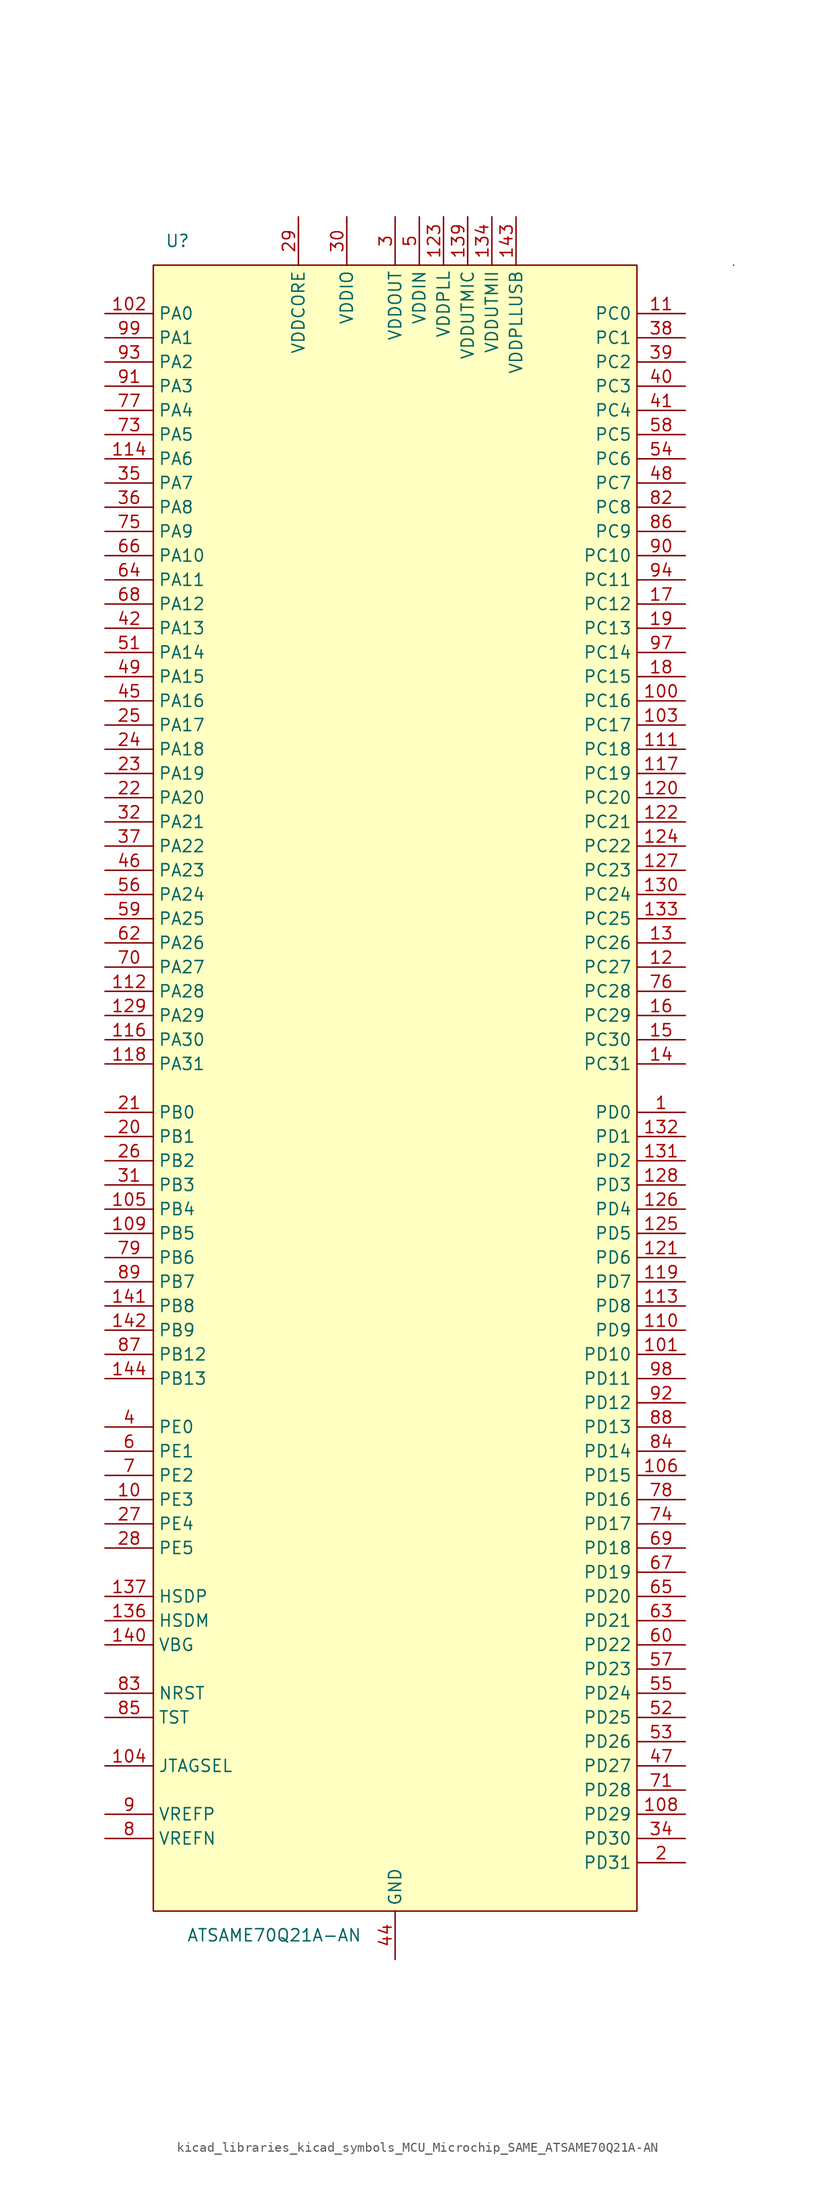
<source format=kicad_sym>
(kicad_symbol_lib
  (version 20220914)
  (generator kicad_symbol_editor)
  (symbol "kicad_libraries_kicad_symbols_MCU_Microchip_SAME_ATSAME70Q21A-AN"
    (property "Reference" "U"
      (at -22.86 88.9 0)
      (effects (font (size 1.27 1.27))))
    (property "Value" "ATSAME70Q21A-AN"
      (at -12.7 -88.9 0)
      (effects (font (size 1.27 1.27))))
    (symbol "kicad_libraries_kicad_symbols_MCU_Microchip_SAME_ATSAME70Q21A-AN_0_1"
      (rectangle (start 25.4 86.36) (end -25.4 -86.36) (stroke (width 0) (type default)) (fill (type background)))
      (rectangle (start 35.56 86.36) (end 35.56 86.36) (stroke (width 0) (type default)) (fill (type none))))
    (symbol "kicad_libraries_kicad_symbols_MCU_Microchip_SAME_ATSAME70Q21A-AN_1_1"
      (pin bidirectional line (at 30.48 -2.54 180) (length 5.08) (name "PD0" (effects (font (size 1.27 1.27)))) (number "1" (effects (font (size 1.27 1.27)))))
      (pin bidirectional line (at -30.48 -43.18 0) (length 5.08) (name "PE3" (effects (font (size 1.27 1.27)))) (number "10" (effects (font (size 1.27 1.27)))))
      (pin bidirectional line (at 30.48 40.64 180) (length 5.08) (name "PC16" (effects (font (size 1.27 1.27)))) (number "100" (effects (font (size 1.27 1.27)))))
      (pin bidirectional line (at 30.48 -27.94 180) (length 5.08) (name "PD10" (effects (font (size 1.27 1.27)))) (number "101" (effects (font (size 1.27 1.27)))))
      (pin bidirectional line (at -30.48 81.28 0) (length 5.08) (name "PA0" (effects (font (size 1.27 1.27)))) (number "102" (effects (font (size 1.27 1.27)))))
      (pin bidirectional line (at 30.48 38.1 180) (length 5.08) (name "PC17" (effects (font (size 1.27 1.27)))) (number "103" (effects (font (size 1.27 1.27)))))
      (pin input line (at -30.48 -71.12 0) (length 5.08) (name "JTAGSEL" (effects (font (size 1.27 1.27)))) (number "104" (effects (font (size 1.27 1.27)))))
      (pin bidirectional line (at -30.48 -12.7 0) (length 5.08) (name "PB4" (effects (font (size 1.27 1.27)))) (number "105" (effects (font (size 1.27 1.27)))))
      (pin bidirectional line (at 30.48 -40.64 180) (length 5.08) (name "PD15" (effects (font (size 1.27 1.27)))) (number "106" (effects (font (size 1.27 1.27)))))
      (pin passive line (at -10.16 91.44 270) (length 5.08) hide (name "VDDCORE" (effects (font (size 1.27 1.27)))) (number "107" (effects (font (size 1.27 1.27)))))
      (pin bidirectional line (at 30.48 -76.2 180) (length 5.08) (name "PD29" (effects (font (size 1.27 1.27)))) (number "108" (effects (font (size 1.27 1.27)))))
      (pin bidirectional line (at -30.48 -15.24 0) (length 5.08) (name "PB5" (effects (font (size 1.27 1.27)))) (number "109" (effects (font (size 1.27 1.27)))))
      (pin bidirectional line (at 30.48 81.28 180) (length 5.08) (name "PC0" (effects (font (size 1.27 1.27)))) (number "11" (effects (font (size 1.27 1.27)))))
      (pin bidirectional line (at 30.48 -25.4 180) (length 5.08) (name "PD9" (effects (font (size 1.27 1.27)))) (number "110" (effects (font (size 1.27 1.27)))))
      (pin bidirectional line (at 30.48 35.56 180) (length 5.08) (name "PC18" (effects (font (size 1.27 1.27)))) (number "111" (effects (font (size 1.27 1.27)))))
      (pin bidirectional line (at -30.48 10.16 0) (length 5.08) (name "PA28" (effects (font (size 1.27 1.27)))) (number "112" (effects (font (size 1.27 1.27)))))
      (pin bidirectional line (at 30.48 -22.86 180) (length 5.08) (name "PD8" (effects (font (size 1.27 1.27)))) (number "113" (effects (font (size 1.27 1.27)))))
      (pin bidirectional line (at -30.48 66.04 0) (length 5.08) (name "PA6" (effects (font (size 1.27 1.27)))) (number "114" (effects (font (size 1.27 1.27)))))
      (pin passive line (at 0 -91.44 90) (length 5.08) hide (name "GND" (effects (font (size 1.27 1.27)))) (number "115" (effects (font (size 1.27 1.27)))))
      (pin bidirectional line (at -30.48 5.08 0) (length 5.08) (name "PA30" (effects (font (size 1.27 1.27)))) (number "116" (effects (font (size 1.27 1.27)))))
      (pin bidirectional line (at 30.48 33.02 180) (length 5.08) (name "PC19" (effects (font (size 1.27 1.27)))) (number "117" (effects (font (size 1.27 1.27)))))
      (pin bidirectional line (at -30.48 2.54 0) (length 5.08) (name "PA31" (effects (font (size 1.27 1.27)))) (number "118" (effects (font (size 1.27 1.27)))))
      (pin bidirectional line (at 30.48 -20.32 180) (length 5.08) (name "PD7" (effects (font (size 1.27 1.27)))) (number "119" (effects (font (size 1.27 1.27)))))
      (pin bidirectional line (at 30.48 12.7 180) (length 5.08) (name "PC27" (effects (font (size 1.27 1.27)))) (number "12" (effects (font (size 1.27 1.27)))))
      (pin bidirectional line (at 30.48 30.48 180) (length 5.08) (name "PC20" (effects (font (size 1.27 1.27)))) (number "120" (effects (font (size 1.27 1.27)))))
      (pin bidirectional line (at 30.48 -17.78 180) (length 5.08) (name "PD6" (effects (font (size 1.27 1.27)))) (number "121" (effects (font (size 1.27 1.27)))))
      (pin bidirectional line (at 30.48 27.94 180) (length 5.08) (name "PC21" (effects (font (size 1.27 1.27)))) (number "122" (effects (font (size 1.27 1.27)))))
      (pin power_in line (at 5.08 91.44 270) (length 5.08) (name "VDDPLL" (effects (font (size 1.27 1.27)))) (number "123" (effects (font (size 1.27 1.27)))))
      (pin bidirectional line (at 30.48 25.4 180) (length 5.08) (name "PC22" (effects (font (size 1.27 1.27)))) (number "124" (effects (font (size 1.27 1.27)))))
      (pin bidirectional line (at 30.48 -15.24 180) (length 5.08) (name "PD5" (effects (font (size 1.27 1.27)))) (number "125" (effects (font (size 1.27 1.27)))))
      (pin bidirectional line (at 30.48 -12.7 180) (length 5.08) (name "PD4" (effects (font (size 1.27 1.27)))) (number "126" (effects (font (size 1.27 1.27)))))
      (pin bidirectional line (at 30.48 22.86 180) (length 5.08) (name "PC23" (effects (font (size 1.27 1.27)))) (number "127" (effects (font (size 1.27 1.27)))))
      (pin bidirectional line (at 30.48 -10.16 180) (length 5.08) (name "PD3" (effects (font (size 1.27 1.27)))) (number "128" (effects (font (size 1.27 1.27)))))
      (pin bidirectional line (at -30.48 7.62 0) (length 5.08) (name "PA29" (effects (font (size 1.27 1.27)))) (number "129" (effects (font (size 1.27 1.27)))))
      (pin bidirectional line (at 30.48 15.24 180) (length 5.08) (name "PC26" (effects (font (size 1.27 1.27)))) (number "13" (effects (font (size 1.27 1.27)))))
      (pin bidirectional line (at 30.48 20.32 180) (length 5.08) (name "PC24" (effects (font (size 1.27 1.27)))) (number "130" (effects (font (size 1.27 1.27)))))
      (pin bidirectional line (at 30.48 -7.62 180) (length 5.08) (name "PD2" (effects (font (size 1.27 1.27)))) (number "131" (effects (font (size 1.27 1.27)))))
      (pin bidirectional line (at 30.48 -5.08 180) (length 5.08) (name "PD1" (effects (font (size 1.27 1.27)))) (number "132" (effects (font (size 1.27 1.27)))))
      (pin bidirectional line (at 30.48 17.78 180) (length 5.08) (name "PC25" (effects (font (size 1.27 1.27)))) (number "133" (effects (font (size 1.27 1.27)))))
      (pin power_in line (at 10.16 91.44 270) (length 5.08) (name "VDDUTMII" (effects (font (size 1.27 1.27)))) (number "134" (effects (font (size 1.27 1.27)))))
      (pin passive line (at 0 -91.44 90) (length 5.08) hide (name "GND" (effects (font (size 1.27 1.27)))) (number "135" (effects (font (size 1.27 1.27)))))
      (pin bidirectional line (at -30.48 -55.88 0) (length 5.08) (name "HSDM" (effects (font (size 1.27 1.27)))) (number "136" (effects (font (size 1.27 1.27)))))
      (pin bidirectional line (at -30.48 -53.34 0) (length 5.08) (name "HSDP" (effects (font (size 1.27 1.27)))) (number "137" (effects (font (size 1.27 1.27)))))
      (pin passive line (at 0 -91.44 90) (length 5.08) hide (name "GND" (effects (font (size 1.27 1.27)))) (number "138" (effects (font (size 1.27 1.27)))))
      (pin power_in line (at 7.62 91.44 270) (length 5.08) (name "VDDUTMIC" (effects (font (size 1.27 1.27)))) (number "139" (effects (font (size 1.27 1.27)))))
      (pin bidirectional line (at 30.48 2.54 180) (length 5.08) (name "PC31" (effects (font (size 1.27 1.27)))) (number "14" (effects (font (size 1.27 1.27)))))
      (pin input line (at -30.48 -58.42 0) (length 5.08) (name "VBG" (effects (font (size 1.27 1.27)))) (number "140" (effects (font (size 1.27 1.27)))))
      (pin bidirectional line (at -30.48 -22.86 0) (length 5.08) (name "PB8" (effects (font (size 1.27 1.27)))) (number "141" (effects (font (size 1.27 1.27)))))
      (pin bidirectional line (at -30.48 -25.4 0) (length 5.08) (name "PB9" (effects (font (size 1.27 1.27)))) (number "142" (effects (font (size 1.27 1.27)))))
      (pin power_in line (at 12.7 91.44 270) (length 5.08) (name "VDDPLLUSB" (effects (font (size 1.27 1.27)))) (number "143" (effects (font (size 1.27 1.27)))))
      (pin bidirectional line (at -30.48 -30.48 0) (length 5.08) (name "PB13" (effects (font (size 1.27 1.27)))) (number "144" (effects (font (size 1.27 1.27)))))
      (pin bidirectional line (at 30.48 5.08 180) (length 5.08) (name "PC30" (effects (font (size 1.27 1.27)))) (number "15" (effects (font (size 1.27 1.27)))))
      (pin bidirectional line (at 30.48 7.62 180) (length 5.08) (name "PC29" (effects (font (size 1.27 1.27)))) (number "16" (effects (font (size 1.27 1.27)))))
      (pin bidirectional line (at 30.48 50.8 180) (length 5.08) (name "PC12" (effects (font (size 1.27 1.27)))) (number "17" (effects (font (size 1.27 1.27)))))
      (pin bidirectional line (at 30.48 43.18 180) (length 5.08) (name "PC15" (effects (font (size 1.27 1.27)))) (number "18" (effects (font (size 1.27 1.27)))))
      (pin bidirectional line (at 30.48 48.26 180) (length 5.08) (name "PC13" (effects (font (size 1.27 1.27)))) (number "19" (effects (font (size 1.27 1.27)))))
      (pin bidirectional line (at 30.48 -81.28 180) (length 5.08) (name "PD31" (effects (font (size 1.27 1.27)))) (number "2" (effects (font (size 1.27 1.27)))))
      (pin bidirectional line (at -30.48 -5.08 0) (length 5.08) (name "PB1" (effects (font (size 1.27 1.27)))) (number "20" (effects (font (size 1.27 1.27)))))
      (pin bidirectional line (at -30.48 -2.54 0) (length 5.08) (name "PB0" (effects (font (size 1.27 1.27)))) (number "21" (effects (font (size 1.27 1.27)))))
      (pin bidirectional line (at -30.48 30.48 0) (length 5.08) (name "PA20" (effects (font (size 1.27 1.27)))) (number "22" (effects (font (size 1.27 1.27)))))
      (pin bidirectional line (at -30.48 33.02 0) (length 5.08) (name "PA19" (effects (font (size 1.27 1.27)))) (number "23" (effects (font (size 1.27 1.27)))))
      (pin bidirectional line (at -30.48 35.56 0) (length 5.08) (name "PA18" (effects (font (size 1.27 1.27)))) (number "24" (effects (font (size 1.27 1.27)))))
      (pin bidirectional line (at -30.48 38.1 0) (length 5.08) (name "PA17" (effects (font (size 1.27 1.27)))) (number "25" (effects (font (size 1.27 1.27)))))
      (pin bidirectional line (at -30.48 -7.62 0) (length 5.08) (name "PB2" (effects (font (size 1.27 1.27)))) (number "26" (effects (font (size 1.27 1.27)))))
      (pin bidirectional line (at -30.48 -45.72 0) (length 5.08) (name "PE4" (effects (font (size 1.27 1.27)))) (number "27" (effects (font (size 1.27 1.27)))))
      (pin bidirectional line (at -30.48 -48.26 0) (length 5.08) (name "PE5" (effects (font (size 1.27 1.27)))) (number "28" (effects (font (size 1.27 1.27)))))
      (pin power_in line (at -10.16 91.44 270) (length 5.08) (name "VDDCORE" (effects (font (size 1.27 1.27)))) (number "29" (effects (font (size 1.27 1.27)))))
      (pin power_in line (at 0 91.44 270) (length 5.08) (name "VDDOUT" (effects (font (size 1.27 1.27)))) (number "3" (effects (font (size 1.27 1.27)))))
      (pin power_in line (at -5.08 91.44 270) (length 5.08) (name "VDDIO" (effects (font (size 1.27 1.27)))) (number "30" (effects (font (size 1.27 1.27)))))
      (pin bidirectional line (at -30.48 -10.16 0) (length 5.08) (name "PB3" (effects (font (size 1.27 1.27)))) (number "31" (effects (font (size 1.27 1.27)))))
      (pin bidirectional line (at -30.48 27.94 0) (length 5.08) (name "PA21" (effects (font (size 1.27 1.27)))) (number "32" (effects (font (size 1.27 1.27)))))
      (pin passive line (at -10.16 91.44 270) (length 5.08) hide (name "VDDCORE" (effects (font (size 1.27 1.27)))) (number "33" (effects (font (size 1.27 1.27)))))
      (pin bidirectional line (at 30.48 -78.74 180) (length 5.08) (name "PD30" (effects (font (size 1.27 1.27)))) (number "34" (effects (font (size 1.27 1.27)))))
      (pin bidirectional line (at -30.48 63.5 0) (length 5.08) (name "PA7" (effects (font (size 1.27 1.27)))) (number "35" (effects (font (size 1.27 1.27)))))
      (pin bidirectional line (at -30.48 60.96 0) (length 5.08) (name "PA8" (effects (font (size 1.27 1.27)))) (number "36" (effects (font (size 1.27 1.27)))))
      (pin bidirectional line (at -30.48 25.4 0) (length 5.08) (name "PA22" (effects (font (size 1.27 1.27)))) (number "37" (effects (font (size 1.27 1.27)))))
      (pin bidirectional line (at 30.48 78.74 180) (length 5.08) (name "PC1" (effects (font (size 1.27 1.27)))) (number "38" (effects (font (size 1.27 1.27)))))
      (pin bidirectional line (at 30.48 76.2 180) (length 5.08) (name "PC2" (effects (font (size 1.27 1.27)))) (number "39" (effects (font (size 1.27 1.27)))))
      (pin bidirectional line (at -30.48 -35.56 0) (length 5.08) (name "PE0" (effects (font (size 1.27 1.27)))) (number "4" (effects (font (size 1.27 1.27)))))
      (pin bidirectional line (at 30.48 73.66 180) (length 5.08) (name "PC3" (effects (font (size 1.27 1.27)))) (number "40" (effects (font (size 1.27 1.27)))))
      (pin bidirectional line (at 30.48 71.12 180) (length 5.08) (name "PC4" (effects (font (size 1.27 1.27)))) (number "41" (effects (font (size 1.27 1.27)))))
      (pin bidirectional line (at -30.48 48.26 0) (length 5.08) (name "PA13" (effects (font (size 1.27 1.27)))) (number "42" (effects (font (size 1.27 1.27)))))
      (pin passive line (at -5.08 91.44 270) (length 5.08) hide (name "VDDIO" (effects (font (size 1.27 1.27)))) (number "43" (effects (font (size 1.27 1.27)))))
      (pin power_in line (at 0 -91.44 90) (length 5.08) (name "GND" (effects (font (size 1.27 1.27)))) (number "44" (effects (font (size 1.27 1.27)))))
      (pin bidirectional line (at -30.48 40.64 0) (length 5.08) (name "PA16" (effects (font (size 1.27 1.27)))) (number "45" (effects (font (size 1.27 1.27)))))
      (pin bidirectional line (at -30.48 22.86 0) (length 5.08) (name "PA23" (effects (font (size 1.27 1.27)))) (number "46" (effects (font (size 1.27 1.27)))))
      (pin bidirectional line (at 30.48 -71.12 180) (length 5.08) (name "PD27" (effects (font (size 1.27 1.27)))) (number "47" (effects (font (size 1.27 1.27)))))
      (pin bidirectional line (at 30.48 63.5 180) (length 5.08) (name "PC7" (effects (font (size 1.27 1.27)))) (number "48" (effects (font (size 1.27 1.27)))))
      (pin bidirectional line (at -30.48 43.18 0) (length 5.08) (name "PA15" (effects (font (size 1.27 1.27)))) (number "49" (effects (font (size 1.27 1.27)))))
      (pin power_in line (at 2.54 91.44 270) (length 5.08) (name "VDDIN" (effects (font (size 1.27 1.27)))) (number "5" (effects (font (size 1.27 1.27)))))
      (pin passive line (at -10.16 91.44 270) (length 5.08) hide (name "VDDCORE" (effects (font (size 1.27 1.27)))) (number "50" (effects (font (size 1.27 1.27)))))
      (pin bidirectional line (at -30.48 45.72 0) (length 5.08) (name "PA14" (effects (font (size 1.27 1.27)))) (number "51" (effects (font (size 1.27 1.27)))))
      (pin bidirectional line (at 30.48 -66.04 180) (length 5.08) (name "PD25" (effects (font (size 1.27 1.27)))) (number "52" (effects (font (size 1.27 1.27)))))
      (pin bidirectional line (at 30.48 -68.58 180) (length 5.08) (name "PD26" (effects (font (size 1.27 1.27)))) (number "53" (effects (font (size 1.27 1.27)))))
      (pin bidirectional line (at 30.48 66.04 180) (length 5.08) (name "PC6" (effects (font (size 1.27 1.27)))) (number "54" (effects (font (size 1.27 1.27)))))
      (pin bidirectional line (at 30.48 -63.5 180) (length 5.08) (name "PD24" (effects (font (size 1.27 1.27)))) (number "55" (effects (font (size 1.27 1.27)))))
      (pin bidirectional line (at -30.48 20.32 0) (length 5.08) (name "PA24" (effects (font (size 1.27 1.27)))) (number "56" (effects (font (size 1.27 1.27)))))
      (pin bidirectional line (at 30.48 -60.96 180) (length 5.08) (name "PD23" (effects (font (size 1.27 1.27)))) (number "57" (effects (font (size 1.27 1.27)))))
      (pin bidirectional line (at 30.48 68.58 180) (length 5.08) (name "PC5" (effects (font (size 1.27 1.27)))) (number "58" (effects (font (size 1.27 1.27)))))
      (pin bidirectional line (at -30.48 17.78 0) (length 5.08) (name "PA25" (effects (font (size 1.27 1.27)))) (number "59" (effects (font (size 1.27 1.27)))))
      (pin bidirectional line (at -30.48 -38.1 0) (length 5.08) (name "PE1" (effects (font (size 1.27 1.27)))) (number "6" (effects (font (size 1.27 1.27)))))
      (pin bidirectional line (at 30.48 -58.42 180) (length 5.08) (name "PD22" (effects (font (size 1.27 1.27)))) (number "60" (effects (font (size 1.27 1.27)))))
      (pin passive line (at 0 -91.44 90) (length 5.08) hide (name "GND" (effects (font (size 1.27 1.27)))) (number "61" (effects (font (size 1.27 1.27)))))
      (pin bidirectional line (at -30.48 15.24 0) (length 5.08) (name "PA26" (effects (font (size 1.27 1.27)))) (number "62" (effects (font (size 1.27 1.27)))))
      (pin bidirectional line (at 30.48 -55.88 180) (length 5.08) (name "PD21" (effects (font (size 1.27 1.27)))) (number "63" (effects (font (size 1.27 1.27)))))
      (pin bidirectional line (at -30.48 53.34 0) (length 5.08) (name "PA11" (effects (font (size 1.27 1.27)))) (number "64" (effects (font (size 1.27 1.27)))))
      (pin bidirectional line (at 30.48 -53.34 180) (length 5.08) (name "PD20" (effects (font (size 1.27 1.27)))) (number "65" (effects (font (size 1.27 1.27)))))
      (pin bidirectional line (at -30.48 55.88 0) (length 5.08) (name "PA10" (effects (font (size 1.27 1.27)))) (number "66" (effects (font (size 1.27 1.27)))))
      (pin bidirectional line (at 30.48 -50.8 180) (length 5.08) (name "PD19" (effects (font (size 1.27 1.27)))) (number "67" (effects (font (size 1.27 1.27)))))
      (pin bidirectional line (at -30.48 50.8 0) (length 5.08) (name "PA12" (effects (font (size 1.27 1.27)))) (number "68" (effects (font (size 1.27 1.27)))))
      (pin bidirectional line (at 30.48 -48.26 180) (length 5.08) (name "PD18" (effects (font (size 1.27 1.27)))) (number "69" (effects (font (size 1.27 1.27)))))
      (pin bidirectional line (at -30.48 -40.64 0) (length 5.08) (name "PE2" (effects (font (size 1.27 1.27)))) (number "7" (effects (font (size 1.27 1.27)))))
      (pin bidirectional line (at -30.48 12.7 0) (length 5.08) (name "PA27" (effects (font (size 1.27 1.27)))) (number "70" (effects (font (size 1.27 1.27)))))
      (pin bidirectional line (at 30.48 -73.66 180) (length 5.08) (name "PD28" (effects (font (size 1.27 1.27)))) (number "71" (effects (font (size 1.27 1.27)))))
      (pin passive line (at -5.08 91.44 270) (length 5.08) hide (name "VDDIO" (effects (font (size 1.27 1.27)))) (number "72" (effects (font (size 1.27 1.27)))))
      (pin bidirectional line (at -30.48 68.58 0) (length 5.08) (name "PA5" (effects (font (size 1.27 1.27)))) (number "73" (effects (font (size 1.27 1.27)))))
      (pin bidirectional line (at 30.48 -45.72 180) (length 5.08) (name "PD17" (effects (font (size 1.27 1.27)))) (number "74" (effects (font (size 1.27 1.27)))))
      (pin bidirectional line (at -30.48 58.42 0) (length 5.08) (name "PA9" (effects (font (size 1.27 1.27)))) (number "75" (effects (font (size 1.27 1.27)))))
      (pin bidirectional line (at 30.48 10.16 180) (length 5.08) (name "PC28" (effects (font (size 1.27 1.27)))) (number "76" (effects (font (size 1.27 1.27)))))
      (pin bidirectional line (at -30.48 71.12 0) (length 5.08) (name "PA4" (effects (font (size 1.27 1.27)))) (number "77" (effects (font (size 1.27 1.27)))))
      (pin bidirectional line (at 30.48 -43.18 180) (length 5.08) (name "PD16" (effects (font (size 1.27 1.27)))) (number "78" (effects (font (size 1.27 1.27)))))
      (pin bidirectional line (at -30.48 -17.78 0) (length 5.08) (name "PB6" (effects (font (size 1.27 1.27)))) (number "79" (effects (font (size 1.27 1.27)))))
      (pin bidirectional line (at -30.48 -78.74 0) (length 5.08) (name "VREFN" (effects (font (size 1.27 1.27)))) (number "8" (effects (font (size 1.27 1.27)))))
      (pin passive line (at -5.08 91.44 270) (length 5.08) hide (name "VDDIO" (effects (font (size 1.27 1.27)))) (number "80" (effects (font (size 1.27 1.27)))))
      (pin passive line (at -10.16 91.44 270) (length 5.08) hide (name "VDDCORE" (effects (font (size 1.27 1.27)))) (number "81" (effects (font (size 1.27 1.27)))))
      (pin bidirectional line (at 30.48 60.96 180) (length 5.08) (name "PC8" (effects (font (size 1.27 1.27)))) (number "82" (effects (font (size 1.27 1.27)))))
      (pin bidirectional line (at -30.48 -63.5 0) (length 5.08) (name "NRST" (effects (font (size 1.27 1.27)))) (number "83" (effects (font (size 1.27 1.27)))))
      (pin bidirectional line (at 30.48 -38.1 180) (length 5.08) (name "PD14" (effects (font (size 1.27 1.27)))) (number "84" (effects (font (size 1.27 1.27)))))
      (pin input line (at -30.48 -66.04 0) (length 5.08) (name "TST" (effects (font (size 1.27 1.27)))) (number "85" (effects (font (size 1.27 1.27)))))
      (pin bidirectional line (at 30.48 58.42 180) (length 5.08) (name "PC9" (effects (font (size 1.27 1.27)))) (number "86" (effects (font (size 1.27 1.27)))))
      (pin bidirectional line (at -30.48 -27.94 0) (length 5.08) (name "PB12" (effects (font (size 1.27 1.27)))) (number "87" (effects (font (size 1.27 1.27)))))
      (pin bidirectional line (at 30.48 -35.56 180) (length 5.08) (name "PD13" (effects (font (size 1.27 1.27)))) (number "88" (effects (font (size 1.27 1.27)))))
      (pin bidirectional line (at -30.48 -20.32 0) (length 5.08) (name "PB7" (effects (font (size 1.27 1.27)))) (number "89" (effects (font (size 1.27 1.27)))))
      (pin input line (at -30.48 -76.2 0) (length 5.08) (name "VREFP" (effects (font (size 1.27 1.27)))) (number "9" (effects (font (size 1.27 1.27)))))
      (pin bidirectional line (at 30.48 55.88 180) (length 5.08) (name "PC10" (effects (font (size 1.27 1.27)))) (number "90" (effects (font (size 1.27 1.27)))))
      (pin bidirectional line (at -30.48 73.66 0) (length 5.08) (name "PA3" (effects (font (size 1.27 1.27)))) (number "91" (effects (font (size 1.27 1.27)))))
      (pin bidirectional line (at 30.48 -33.02 180) (length 5.08) (name "PD12" (effects (font (size 1.27 1.27)))) (number "92" (effects (font (size 1.27 1.27)))))
      (pin bidirectional line (at -30.48 76.2 0) (length 5.08) (name "PA2" (effects (font (size 1.27 1.27)))) (number "93" (effects (font (size 1.27 1.27)))))
      (pin bidirectional line (at 30.48 53.34 180) (length 5.08) (name "PC11" (effects (font (size 1.27 1.27)))) (number "94" (effects (font (size 1.27 1.27)))))
      (pin passive line (at 0 -91.44 90) (length 5.08) hide (name "GND" (effects (font (size 1.27 1.27)))) (number "95" (effects (font (size 1.27 1.27)))))
      (pin passive line (at -5.08 91.44 270) (length 5.08) hide (name "VDDIO" (effects (font (size 1.27 1.27)))) (number "96" (effects (font (size 1.27 1.27)))))
      (pin bidirectional line (at 30.48 45.72 180) (length 5.08) (name "PC14" (effects (font (size 1.27 1.27)))) (number "97" (effects (font (size 1.27 1.27)))))
      (pin bidirectional line (at 30.48 -30.48 180) (length 5.08) (name "PD11" (effects (font (size 1.27 1.27)))) (number "98" (effects (font (size 1.27 1.27)))))
      (pin bidirectional line (at -30.48 78.74 0) (length 5.08) (name "PA1" (effects (font (size 1.27 1.27)))) (number "99" (effects (font (size 1.27 1.27))))))))
</source>
